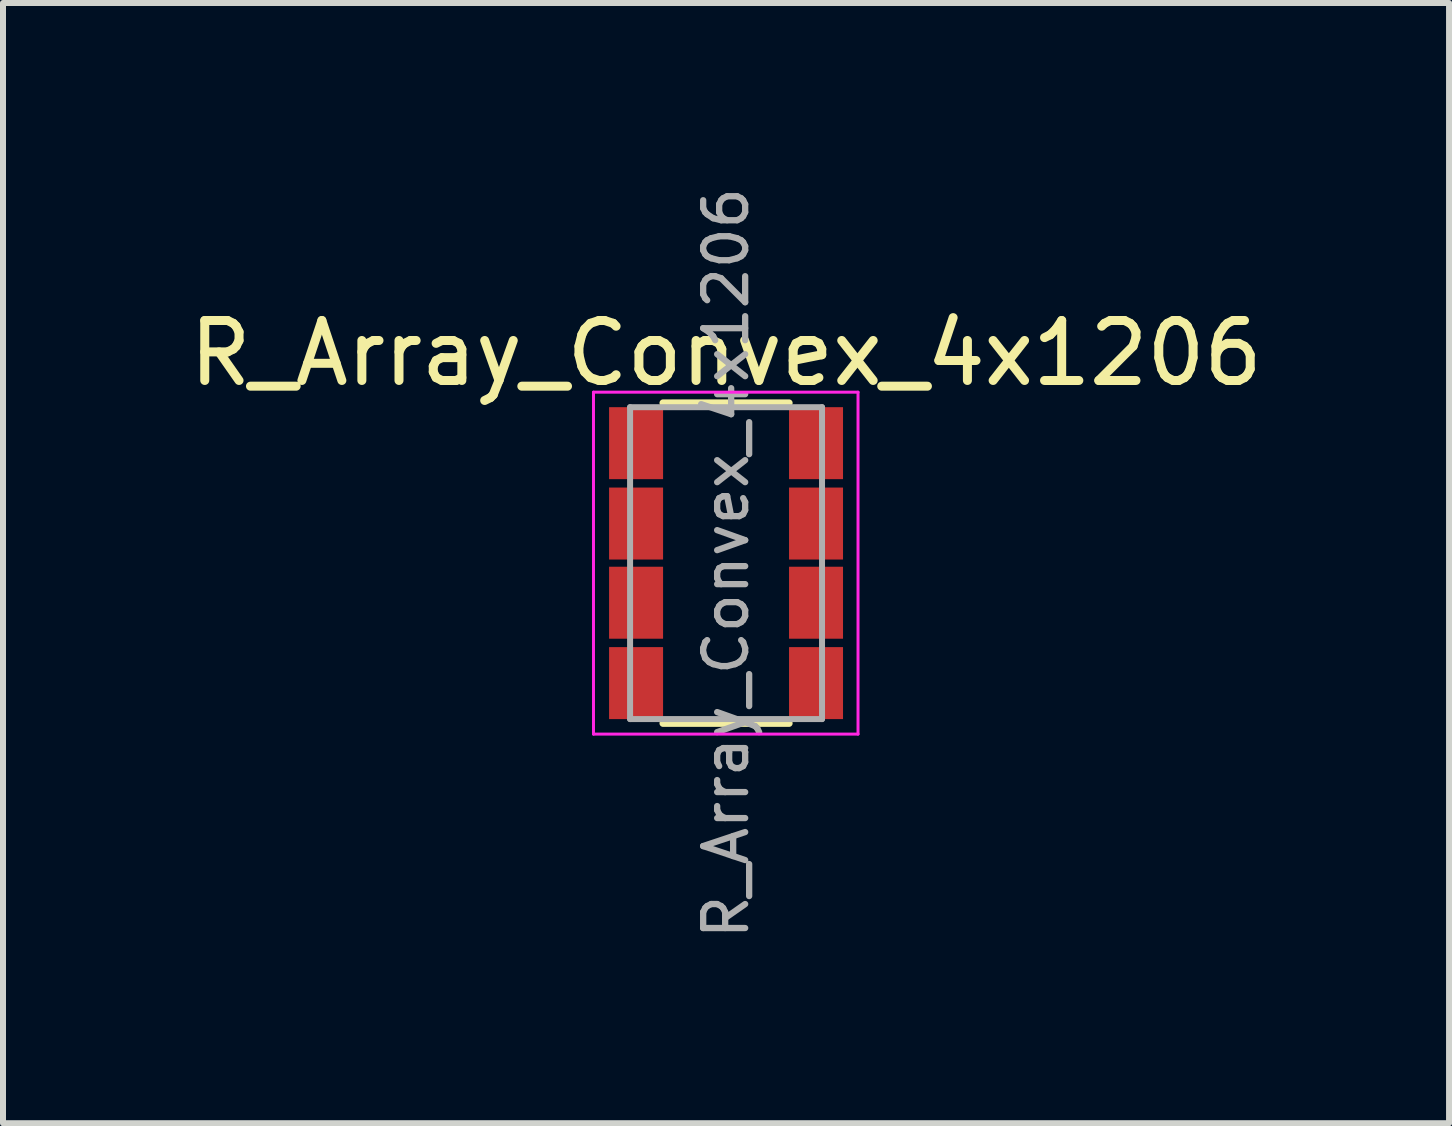
<source format=kicad_pcb>
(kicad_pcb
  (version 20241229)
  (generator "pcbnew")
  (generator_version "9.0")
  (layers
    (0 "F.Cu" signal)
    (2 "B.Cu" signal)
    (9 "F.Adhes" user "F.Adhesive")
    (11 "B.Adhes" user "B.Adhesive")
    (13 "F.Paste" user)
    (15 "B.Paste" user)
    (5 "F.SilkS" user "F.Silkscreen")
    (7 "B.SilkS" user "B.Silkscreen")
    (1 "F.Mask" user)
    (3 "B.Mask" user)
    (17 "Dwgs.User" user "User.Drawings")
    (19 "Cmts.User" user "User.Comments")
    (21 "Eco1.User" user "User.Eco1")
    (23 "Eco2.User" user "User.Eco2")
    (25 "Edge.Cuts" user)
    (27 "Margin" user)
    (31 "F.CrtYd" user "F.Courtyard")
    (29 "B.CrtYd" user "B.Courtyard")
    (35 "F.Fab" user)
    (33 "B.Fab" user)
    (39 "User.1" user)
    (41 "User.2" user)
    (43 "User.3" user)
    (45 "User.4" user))
  (footprint "R_Array_Convex_4x1206"
    (layer "F.Cu")
    (at 9.054 6.338)
    (property "Reference" "R_Array_Convex_4x1206" (at 0 -3.5 180) (layer "F.SilkS") (effects (font (size 1 1) (thickness 0.15))))
    (attr smd)
    (fp_line (start 1.05 -2.67) (end -1.05 -2.67) (stroke (width 0.12) (type solid)) (layer "F.SilkS"))
    (fp_line (start 1.05 2.67) (end -1.05 2.67) (stroke (width 0.12) (type solid)) (layer "F.SilkS"))
    (fp_line (start -2.21 -2.85) (end -2.21 2.85) (stroke (width 0.05) (type solid)) (layer "F.CrtYd"))
    (fp_line (start -2.21 -2.85) (end 2.2 -2.85) (stroke (width 0.05) (type solid)) (layer "F.CrtYd"))
    (fp_line (start 2.2 2.85) (end -2.21 2.85) (stroke (width 0.05) (type solid)) (layer "F.CrtYd"))
    (fp_line (start 2.2 2.85) (end 2.2 -2.85) (stroke (width 0.05) (type solid)) (layer "F.CrtYd"))
    (fp_line (start -1.6 -2.6) (end -1.6 2.6) (stroke (width 0.1) (type solid)) (layer "F.Fab"))
    (fp_line (start -1.6 2.6) (end 1.6 2.6) (stroke (width 0.1) (type solid)) (layer "F.Fab"))
    (fp_line (start 1.6 -2.6) (end -1.6 -2.6) (stroke (width 0.1) (type solid)) (layer "F.Fab"))
    (fp_line (start 1.6 2.6) (end 1.6 -2.6) (stroke (width 0.1) (type solid)) (layer "F.Fab"))
    (fp_text user "${REFERENCE}" (at 0 0 90) (layer "F.Fab") (effects (font (size 0.7 0.7) (thickness 0.105))))
    (pad "1" smd rect (at -1.5 -2) (size 0.9 1.2) (layers "F.Cu" "F.Mask" "F.Paste"))
    (pad "2" smd rect (at -1.5 -0.66) (size 0.9 1.2) (layers "F.Cu" "F.Mask" "F.Paste"))
    (pad "3" smd rect (at -1.5 0.66) (size 0.9 1.2) (layers "F.Cu" "F.Mask" "F.Paste"))
    (pad "4" smd rect (at -1.5 2) (size 0.9 1.2) (layers "F.Cu" "F.Mask" "F.Paste"))
    (pad "5" smd rect (at 1.5 2) (size 0.9 1.2) (layers "F.Cu" "F.Mask" "F.Paste"))
    (pad "6" smd rect (at 1.5 0.66) (size 0.9 1.2) (layers "F.Cu" "F.Mask" "F.Paste"))
    (pad "7" smd rect (at 1.5 -0.66) (size 0.9 1.2) (layers "F.Cu" "F.Mask" "F.Paste"))
    (pad "8" smd rect (at 1.5 -2) (size 0.9 1.2) (layers "F.Cu" "F.Mask" "F.Paste")))
  (gr_rect
    (start -3 -3)
    (end 21.107 15.675)
    (stroke (width 0.1) (type default))
    (fill no)
    (layer "Edge.Cuts")))
</source>
